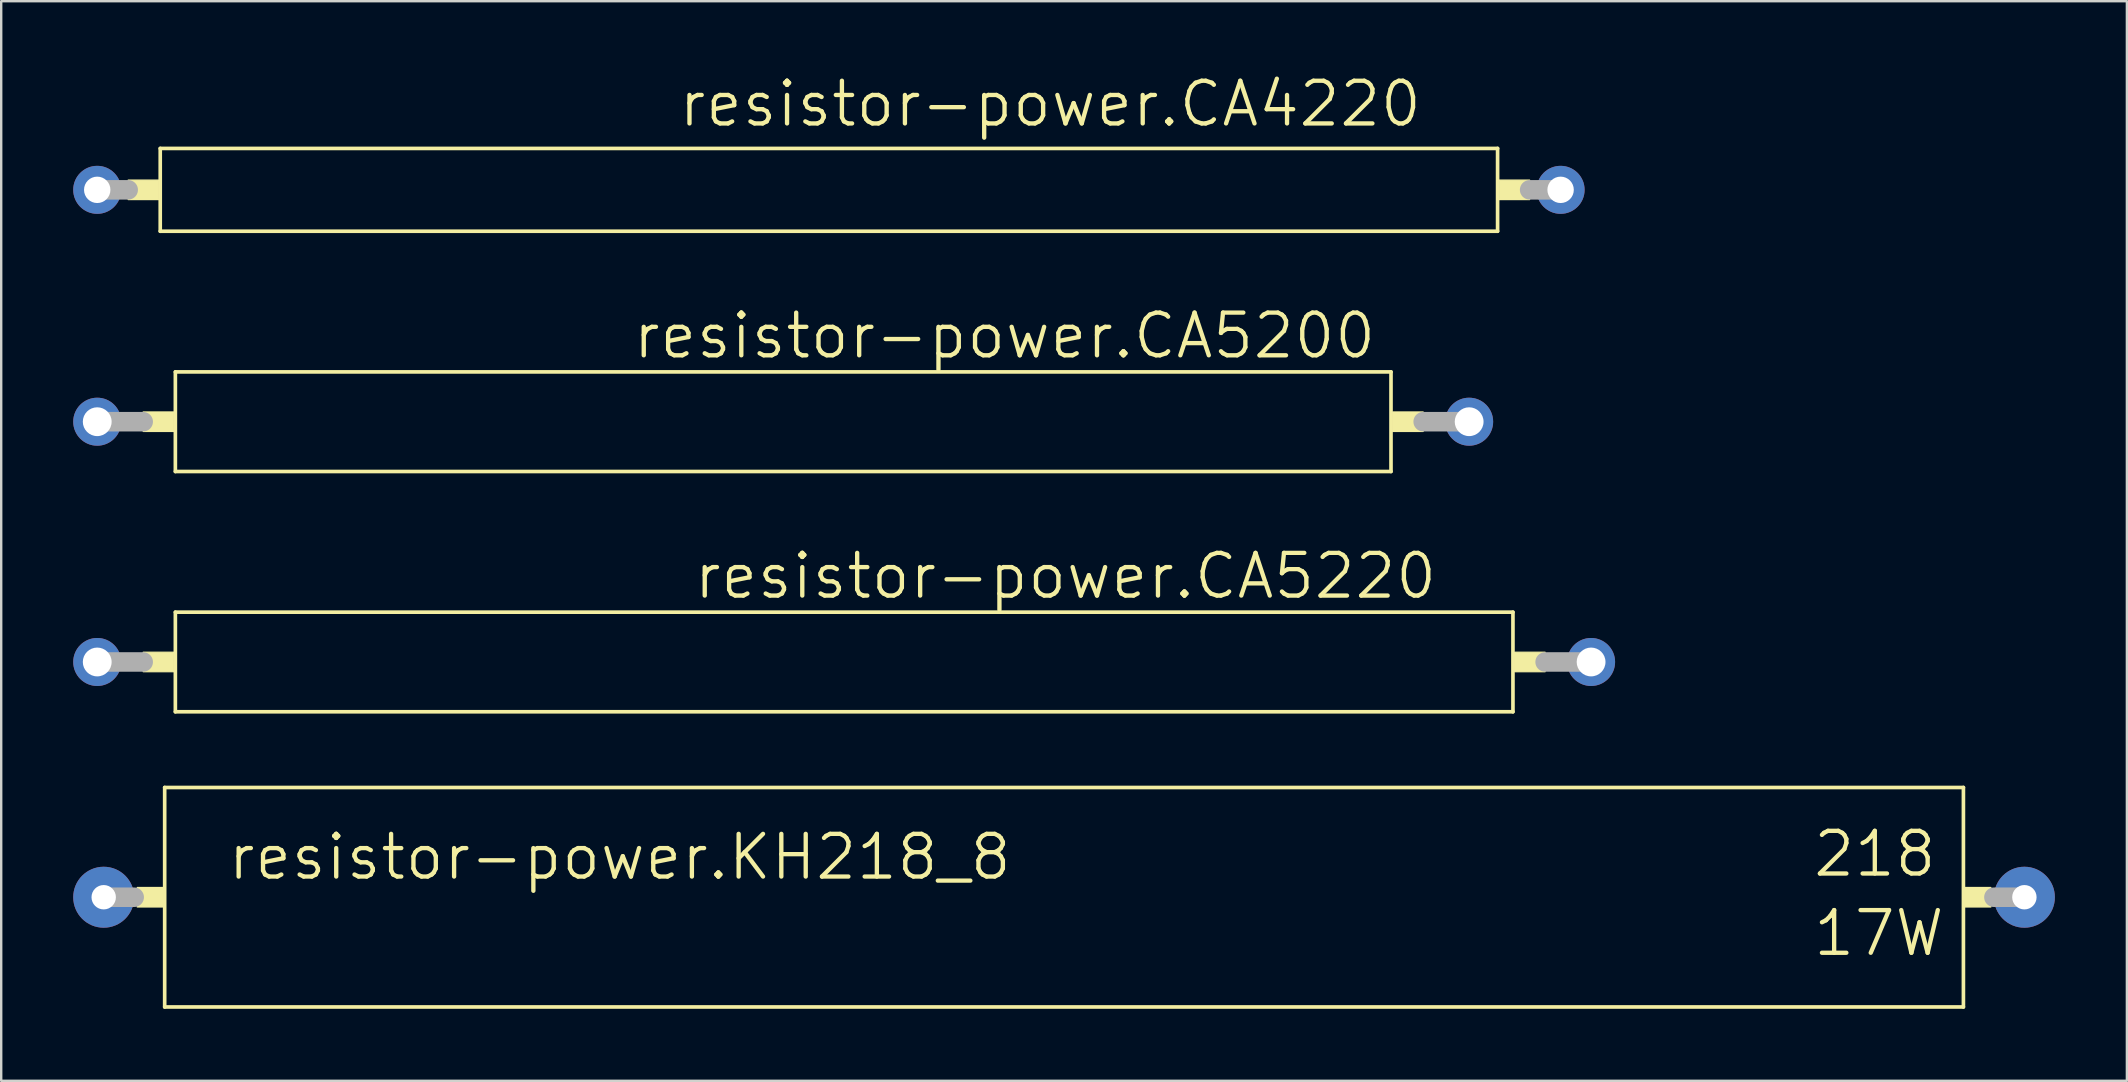
<source format=kicad_pcb>
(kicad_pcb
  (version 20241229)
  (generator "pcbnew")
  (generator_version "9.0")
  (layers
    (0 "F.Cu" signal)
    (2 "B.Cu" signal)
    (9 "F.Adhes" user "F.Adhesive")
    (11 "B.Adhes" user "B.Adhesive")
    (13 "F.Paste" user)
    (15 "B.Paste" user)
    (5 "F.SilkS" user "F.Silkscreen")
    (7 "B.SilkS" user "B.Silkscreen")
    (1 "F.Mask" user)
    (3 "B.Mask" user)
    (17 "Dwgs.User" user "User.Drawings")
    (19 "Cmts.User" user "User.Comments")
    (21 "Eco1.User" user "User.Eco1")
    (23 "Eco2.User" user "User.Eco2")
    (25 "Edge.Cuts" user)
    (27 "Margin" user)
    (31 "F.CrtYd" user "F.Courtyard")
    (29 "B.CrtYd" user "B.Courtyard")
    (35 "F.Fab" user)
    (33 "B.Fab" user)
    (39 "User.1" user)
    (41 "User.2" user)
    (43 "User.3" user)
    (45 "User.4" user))
  (footprint "resistor-power.KH218_8"
    (layer "F.Cu")
    (at 41.275 34.326)
    (property "Reference" "resistor-power.KH218_8" (at -34.925 -0.635 0) (layer "F.SilkS") (effects (font (size 1.778 1.778) (thickness 0.18)) (justify left bottom)))
    (attr through_hole)
    (fp_line (start -37.465 -4.572) (end -37.465 4.572) (stroke (width 0.152) (type default)) (layer "F.SilkS"))
    (fp_line (start -37.465 4.572) (end 37.465 4.572) (stroke (width 0.152) (type default)) (layer "F.SilkS"))
    (fp_line (start 37.465 -4.572) (end -37.465 -4.572) (stroke (width 0.152) (type default)) (layer "F.SilkS"))
    (fp_line (start 37.465 4.572) (end 37.465 -4.572) (stroke (width 0.152) (type default)) (layer "F.SilkS"))
    (fp_rect (start -38.608 0.406) (end -37.465 -0.406) (stroke (width 0.05) (type default)) (fill yes) (layer "F.SilkS"))
    (fp_rect (start 37.465 0.406) (end 38.608 -0.406) (stroke (width 0.05) (type default)) (fill yes) (layer "F.SilkS"))
    (fp_line (start -40.005 0) (end -38.735 0) (stroke (width 0.813) (type default)) (layer "F.Fab"))
    (fp_line (start 38.735 0) (end 40.005 0) (stroke (width 0.813) (type default)) (layer "F.Fab"))
    (fp_text user "17W" (at 31.115 2.54 0) (layer "F.SilkS") (effects (font (size 1.778 1.778) (thickness 0.18)) (justify left bottom)))
    (fp_text user "218" (at 31.115 -0.762 0) (layer "F.SilkS") (effects (font (size 1.778 1.778) (thickness 0.18)) (justify left bottom)))
    (pad "1" thru_hole circle (at -40.005 0) (size 2.54 2.54) (drill 1.016) (layers "*.Cu" "*.Mask"))
    (pad "2" thru_hole circle (at 40.005 0) (size 2.54 2.54) (drill 1.016) (layers "*.Cu" "*.Mask")))
  (footprint "resistor-power.CA4220"
    (layer "F.Cu")
    (at 31.48 4.858)
    (property "Reference" "resistor-power.CA4220" (at -6.35 -2.54 0) (layer "F.SilkS") (effects (font (size 1.778 1.778) (thickness 0.18)) (justify left bottom)))
    (attr through_hole)
    (fp_line (start -27.855 -1.725) (end -27.855 1.725) (stroke (width 0.152) (type default)) (layer "F.SilkS"))
    (fp_line (start -27.855 1.725) (end 27.855 1.725) (stroke (width 0.152) (type default)) (layer "F.SilkS"))
    (fp_line (start 27.855 -1.725) (end -27.855 -1.725) (stroke (width 0.152) (type default)) (layer "F.SilkS"))
    (fp_line (start 27.855 1.725) (end 27.855 -1.725) (stroke (width 0.152) (type default)) (layer "F.SilkS"))
    (fp_rect (start -29.19 0.406) (end -27.92 -0.406) (stroke (width 0.05) (type default)) (fill yes) (layer "F.SilkS"))
    (fp_rect (start 27.92 0.406) (end 29.19 -0.406) (stroke (width 0.05) (type default)) (fill yes) (layer "F.SilkS"))
    (fp_line (start -30.48 0) (end -29.19 0) (stroke (width 0.813) (type default)) (layer "F.Fab"))
    (fp_line (start 29.19 0) (end 30.48 0) (stroke (width 0.813) (type default)) (layer "F.Fab"))
    (pad "1" thru_hole circle (at -30.48 0) (size 2 2) (drill 1.1) (layers "*.Cu" "*.Mask"))
    (pad "2" thru_hole circle (at 30.48 0) (size 2 2) (drill 1.1) (layers "*.Cu" "*.Mask")))
  (footprint "resistor-power.CA5220"
    (layer "F.Cu")
    (at 32.115 24.526)
    (property "Reference" "resistor-power.CA5220" (at -6.35 -2.54 0) (layer "F.SilkS") (effects (font (size 1.778 1.778) (thickness 0.18)) (justify left bottom)))
    (attr through_hole)
    (fp_line (start -27.86 -2.075) (end -27.86 2.075) (stroke (width 0.152) (type default)) (layer "F.SilkS"))
    (fp_line (start -27.86 2.075) (end 27.86 2.075) (stroke (width 0.152) (type default)) (layer "F.SilkS"))
    (fp_line (start 27.86 -2.075) (end -27.86 -2.075) (stroke (width 0.152) (type default)) (layer "F.SilkS"))
    (fp_line (start 27.86 2.075) (end 27.86 -2.075) (stroke (width 0.152) (type default)) (layer "F.SilkS"))
    (fp_rect (start -29.2 0.406) (end -27.93 -0.406) (stroke (width 0.05) (type default)) (fill yes) (layer "F.SilkS"))
    (fp_rect (start 27.93 0.406) (end 29.2 -0.406) (stroke (width 0.05) (type default)) (fill yes) (layer "F.SilkS"))
    (fp_line (start -31.115 0) (end -29.2 0) (stroke (width 0.813) (type default)) (layer "F.Fab"))
    (fp_line (start 29.2 0) (end 31.115 0) (stroke (width 0.813) (type default)) (layer "F.Fab"))
    (pad "1" thru_hole circle (at -31.115 0) (size 2 2) (drill 1.2) (layers "*.Cu" "*.Mask"))
    (pad "2" thru_hole circle (at 31.115 0) (size 2 2) (drill 1.2) (layers "*.Cu" "*.Mask")))
  (footprint "resistor-power.CA5200"
    (layer "F.Cu")
    (at 29.575 14.517)
    (property "Reference" "resistor-power.CA5200" (at -6.35 -2.54 0) (layer "F.SilkS") (effects (font (size 1.778 1.778) (thickness 0.18)) (justify left bottom)))
    (attr through_hole)
    (fp_line (start -25.32 -2.075) (end -25.32 2.075) (stroke (width 0.152) (type default)) (layer "F.SilkS"))
    (fp_line (start -25.32 2.075) (end 25.32 2.075) (stroke (width 0.152) (type default)) (layer "F.SilkS"))
    (fp_line (start 25.32 -2.075) (end -25.32 -2.075) (stroke (width 0.152) (type default)) (layer "F.SilkS"))
    (fp_line (start 25.32 2.075) (end 25.32 -2.075) (stroke (width 0.152) (type default)) (layer "F.SilkS"))
    (fp_rect (start -26.66 0.406) (end -25.39 -0.406) (stroke (width 0.05) (type default)) (fill yes) (layer "F.SilkS"))
    (fp_rect (start 25.39 0.406) (end 26.66 -0.406) (stroke (width 0.05) (type default)) (fill yes) (layer "F.SilkS"))
    (fp_line (start -28.575 0) (end -26.66 0) (stroke (width 0.813) (type default)) (layer "F.Fab"))
    (fp_line (start 26.66 0) (end 28.575 0) (stroke (width 0.813) (type default)) (layer "F.Fab"))
    (pad "1" thru_hole circle (at -28.575 0) (size 2 2) (drill 1.2) (layers "*.Cu" "*.Mask"))
    (pad "2" thru_hole circle (at 28.575 0) (size 2 2) (drill 1.2) (layers "*.Cu" "*.Mask")))
  (gr_rect
    (start -3 -3)
    (end 85.55 41.974)
    (stroke (width 0.1) (type default))
    (fill no)
    (layer "Edge.Cuts")))
</source>
